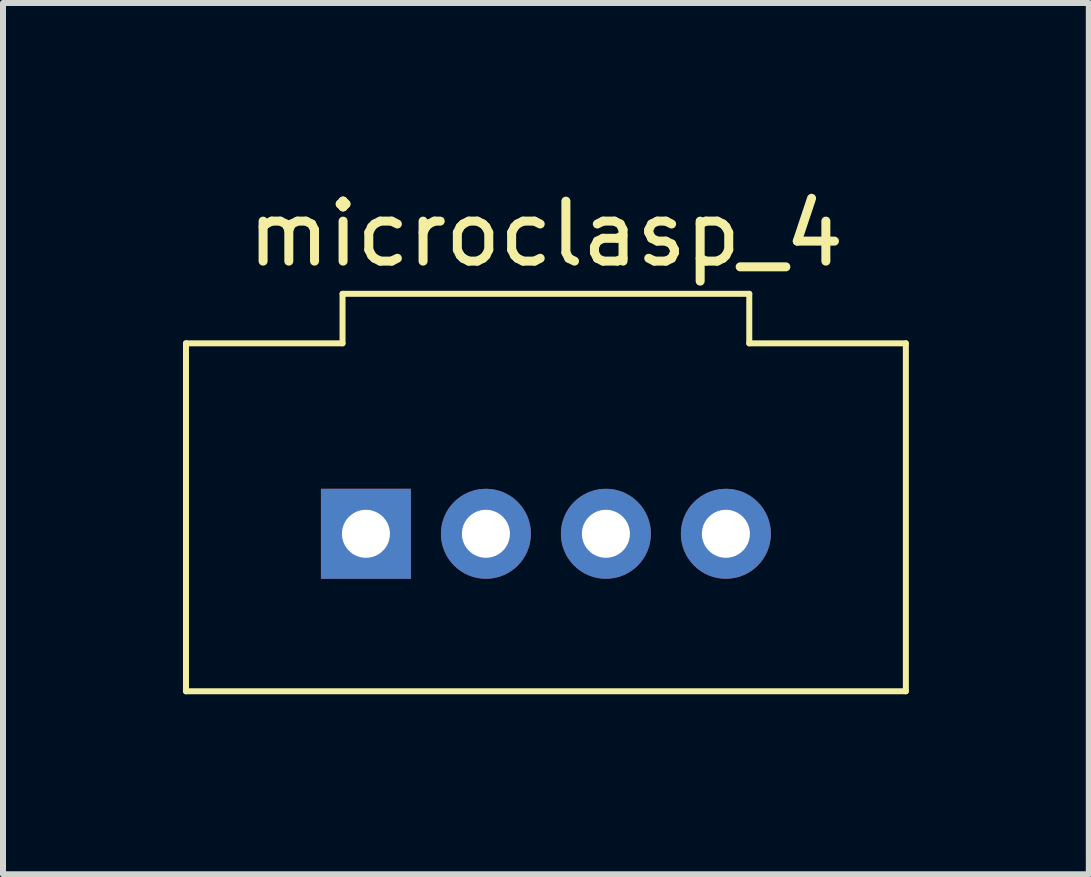
<source format=kicad_pcb>
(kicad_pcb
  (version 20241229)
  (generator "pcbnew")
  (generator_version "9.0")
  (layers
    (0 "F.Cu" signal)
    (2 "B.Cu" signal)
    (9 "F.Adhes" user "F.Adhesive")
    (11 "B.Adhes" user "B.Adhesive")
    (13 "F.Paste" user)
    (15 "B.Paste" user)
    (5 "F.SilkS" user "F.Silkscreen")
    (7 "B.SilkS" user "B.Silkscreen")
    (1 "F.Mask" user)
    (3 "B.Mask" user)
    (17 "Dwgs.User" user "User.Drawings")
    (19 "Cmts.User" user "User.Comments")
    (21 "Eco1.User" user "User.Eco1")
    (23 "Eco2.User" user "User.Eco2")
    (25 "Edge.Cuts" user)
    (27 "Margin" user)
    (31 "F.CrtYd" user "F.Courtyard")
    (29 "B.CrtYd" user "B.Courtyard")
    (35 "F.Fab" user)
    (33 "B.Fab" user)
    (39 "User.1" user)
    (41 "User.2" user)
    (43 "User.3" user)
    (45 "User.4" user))
  (footprint "microclasp_4"
    (layer "F.Cu")
    (at 6.05 5.848)
    (property "Reference" "microclasp_4" (at 0 -5 0) (layer "F.SilkS") (effects (font (size 1 1) (thickness 0.15))))
    (attr through_hole)
    (fp_line (start -6 -3.175) (end -3.39 -3.175) (stroke (width 0.1) (type solid)) (layer "F.SilkS"))
    (fp_line (start -6 2.625) (end -6 -3.175) (stroke (width 0.1) (type solid)) (layer "F.SilkS"))
    (fp_line (start -3.39 -4) (end 3.39 -4) (stroke (width 0.1) (type solid)) (layer "F.SilkS"))
    (fp_line (start -3.39 -3.175) (end -3.39 -4) (stroke (width 0.1) (type solid)) (layer "F.SilkS"))
    (fp_line (start 3.39 -4) (end 3.39 -3.175) (stroke (width 0.1) (type solid)) (layer "F.SilkS"))
    (fp_line (start 3.39 -3.175) (end 6 -3.175) (stroke (width 0.1) (type solid)) (layer "F.SilkS"))
    (fp_line (start 6 -3.175) (end 6 2.625) (stroke (width 0.1) (type solid)) (layer "F.SilkS"))
    (fp_line (start 6 2.625) (end -6 2.625) (stroke (width 0.1) (type solid)) (layer "F.SilkS"))
    (pad "1" thru_hole rect (at -3 0) (size 1.5 1.5) (drill 0.8) (layers "*.Cu" "*.Mask"))
    (pad "2" thru_hole circle (at -1 0) (size 1.5 1.5) (drill 0.8) (layers "*.Cu" "*.Mask"))
    (pad "3" thru_hole circle (at 1 0) (size 1.5 1.5) (drill 0.8) (layers "*.Cu" "*.Mask"))
    (pad "4" thru_hole circle (at 3 0) (size 1.5 1.5) (drill 0.8) (layers "*.Cu" "*.Mask")))
  (gr_rect
    (start -3 -3)
    (end 15.1 11.523)
    (stroke (width 0.1) (type default))
    (fill no)
    (layer "Edge.Cuts")))
</source>
